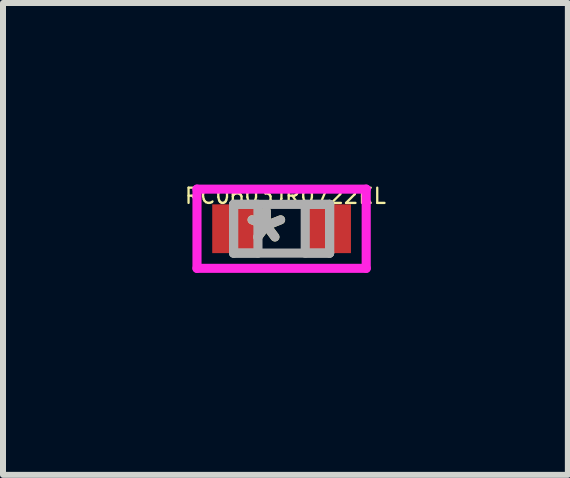
<source format=kicad_pcb>
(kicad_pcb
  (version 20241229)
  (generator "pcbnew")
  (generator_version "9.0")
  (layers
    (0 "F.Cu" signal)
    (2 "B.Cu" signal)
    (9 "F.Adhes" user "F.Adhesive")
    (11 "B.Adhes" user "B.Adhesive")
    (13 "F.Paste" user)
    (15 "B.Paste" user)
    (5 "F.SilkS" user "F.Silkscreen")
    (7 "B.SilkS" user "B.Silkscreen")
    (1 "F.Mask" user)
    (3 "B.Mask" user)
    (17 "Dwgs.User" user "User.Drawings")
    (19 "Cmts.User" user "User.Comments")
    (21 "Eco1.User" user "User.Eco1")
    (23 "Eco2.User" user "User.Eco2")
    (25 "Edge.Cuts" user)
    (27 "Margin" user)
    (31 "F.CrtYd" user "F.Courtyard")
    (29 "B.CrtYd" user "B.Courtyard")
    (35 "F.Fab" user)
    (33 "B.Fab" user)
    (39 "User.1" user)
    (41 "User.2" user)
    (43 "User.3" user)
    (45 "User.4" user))
  (footprint "RC0603JR0722KL"
    (layer "F.Cu")
    (at 1.643 0.762)
    (property "Reference" "RC0603JR0722KL" (at 0.064 -0.546 0) (layer "F.SilkS") (effects (font (size 0.254 0.254) (thickness 0.038))))
    (attr smd)
    (fp_line (start -1.41 -0.66) (end 1.41 -0.66) (stroke (width 0.152) (type solid)) (layer "F.CrtYd"))
    (fp_line (start -1.41 0.66) (end -1.41 -0.66) (stroke (width 0.152) (type solid)) (layer "F.CrtYd"))
    (fp_line (start 1.41 -0.66) (end 1.41 0.66) (stroke (width 0.152) (type solid)) (layer "F.CrtYd"))
    (fp_line (start 1.41 0.66) (end -1.41 0.66) (stroke (width 0.152) (type solid)) (layer "F.CrtYd"))
    (fp_line (start -0.8 -0.406) (end -0.8 0.406) (stroke (width 0.152) (type solid)) (layer "F.Fab"))
    (fp_line (start -0.8 -0.406) (end -0.8 0.406) (stroke (width 0.152) (type solid)) (layer "F.Fab"))
    (fp_line (start -0.8 0.406) (end -0.394 0.406) (stroke (width 0.152) (type solid)) (layer "F.Fab"))
    (fp_line (start -0.8 0.406) (end 0.8 0.406) (stroke (width 0.152) (type solid)) (layer "F.Fab"))
    (fp_line (start -0.394 -0.406) (end -0.8 -0.406) (stroke (width 0.152) (type solid)) (layer "F.Fab"))
    (fp_line (start -0.394 0.406) (end -0.394 -0.406) (stroke (width 0.152) (type solid)) (layer "F.Fab"))
    (fp_line (start 0.394 -0.406) (end 0.394 0.406) (stroke (width 0.152) (type solid)) (layer "F.Fab"))
    (fp_line (start 0.394 0.406) (end 0.8 0.406) (stroke (width 0.152) (type solid)) (layer "F.Fab"))
    (fp_line (start 0.8 -0.406) (end -0.8 -0.406) (stroke (width 0.152) (type solid)) (layer "F.Fab"))
    (fp_line (start 0.8 -0.406) (end 0.394 -0.406) (stroke (width 0.152) (type solid)) (layer "F.Fab"))
    (fp_line (start 0.8 0.406) (end 0.8 -0.406) (stroke (width 0.152) (type solid)) (layer "F.Fab"))
    (fp_line (start 0.8 0.406) (end 0.8 -0.406) (stroke (width 0.152) (type solid)) (layer "F.Fab"))
    (fp_text user "*" (at -0.254 0.254 0) (layer "F.SilkS") (effects (font (size 1 1) (thickness 0.15))))
    (fp_text user "*" (at -0.254 0.254 0) (layer "F.Fab") (effects (font (size 1 1) (thickness 0.15))))
    (pad "1" smd rect (at -0.775 0) (size 0.762 0.813) (layers "F.Cu" "F.Mask" "F.Paste"))
    (pad "2" smd rect (at 0.775 0) (size 0.762 0.813) (layers "F.Cu" "F.Mask" "F.Paste")))
  (gr_rect
    (start -3 -3)
    (end 6.414 4.864)
    (stroke (width 0.1) (type default))
    (fill no)
    (layer "Edge.Cuts")))
</source>
